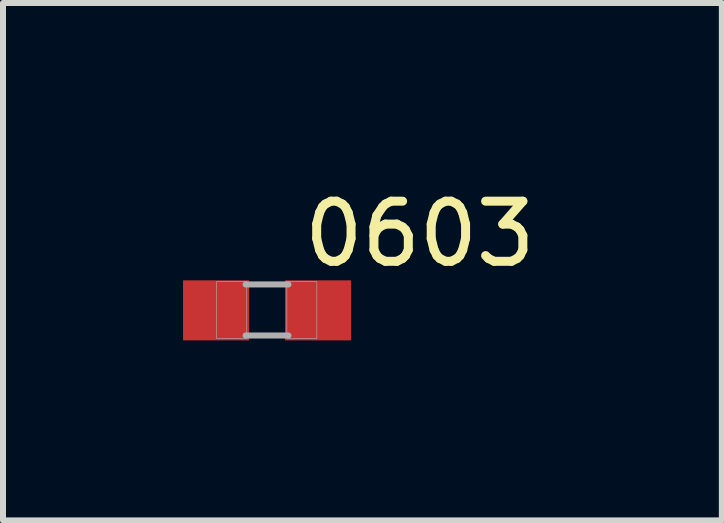
<source format=kicad_pcb>
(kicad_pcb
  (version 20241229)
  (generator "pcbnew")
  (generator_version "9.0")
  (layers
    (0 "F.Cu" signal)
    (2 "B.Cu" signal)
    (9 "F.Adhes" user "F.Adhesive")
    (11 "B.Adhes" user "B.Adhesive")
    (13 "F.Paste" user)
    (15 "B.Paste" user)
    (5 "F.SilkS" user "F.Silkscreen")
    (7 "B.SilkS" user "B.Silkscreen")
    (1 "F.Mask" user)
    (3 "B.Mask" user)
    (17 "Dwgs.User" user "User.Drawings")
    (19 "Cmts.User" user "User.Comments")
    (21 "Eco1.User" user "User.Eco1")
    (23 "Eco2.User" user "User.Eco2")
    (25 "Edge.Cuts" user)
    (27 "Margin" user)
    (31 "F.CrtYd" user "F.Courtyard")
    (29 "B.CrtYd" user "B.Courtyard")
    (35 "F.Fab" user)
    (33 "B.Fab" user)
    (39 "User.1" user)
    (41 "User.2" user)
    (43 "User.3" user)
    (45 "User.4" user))
  (footprint "0603"
    (layer "F.Cu")
    (at 1.4 2.122)
    (property "Reference" "0603" (at 2.545 -1.273 0) (layer "F.SilkS") (effects (font (size 1.002 1.002) (thickness 0.15))))
    (attr through_hole)
    (fp_line (start -0.356 -0.432) (end 0.356 -0.432) (stroke (width 0.102) (type solid)) (layer "F.Fab"))
    (fp_line (start -0.356 0.419) (end 0.356 0.419) (stroke (width 0.102) (type solid)) (layer "F.Fab"))
    (fp_poly (pts (xy -0.839 -0.48) (xy -0.338 -0.48) (xy -0.338 0.47) (xy -0.839 0.47)) (stroke (width 0.01) (type solid)) (fill no) (layer "F.Fab"))
    (fp_poly (pts (xy 0.33 -0.48) (xy 0.83 -0.48) (xy 0.83 0.47) (xy 0.33 0.47)) (stroke (width 0.01) (type solid)) (fill no) (layer "F.Fab"))
    (pad "1" smd rect (at -0.85 0) (size 1.1 1) (layers "F.Cu" "F.Mask" "F.Paste"))
    (pad "2" smd rect (at 0.85 0) (size 1.1 1) (layers "F.Cu" "F.Mask" "F.Paste")))
  (gr_rect
    (start -3 -3)
    (end 8.979 5.622)
    (stroke (width 0.1) (type default))
    (fill no)
    (layer "Edge.Cuts")))
</source>
